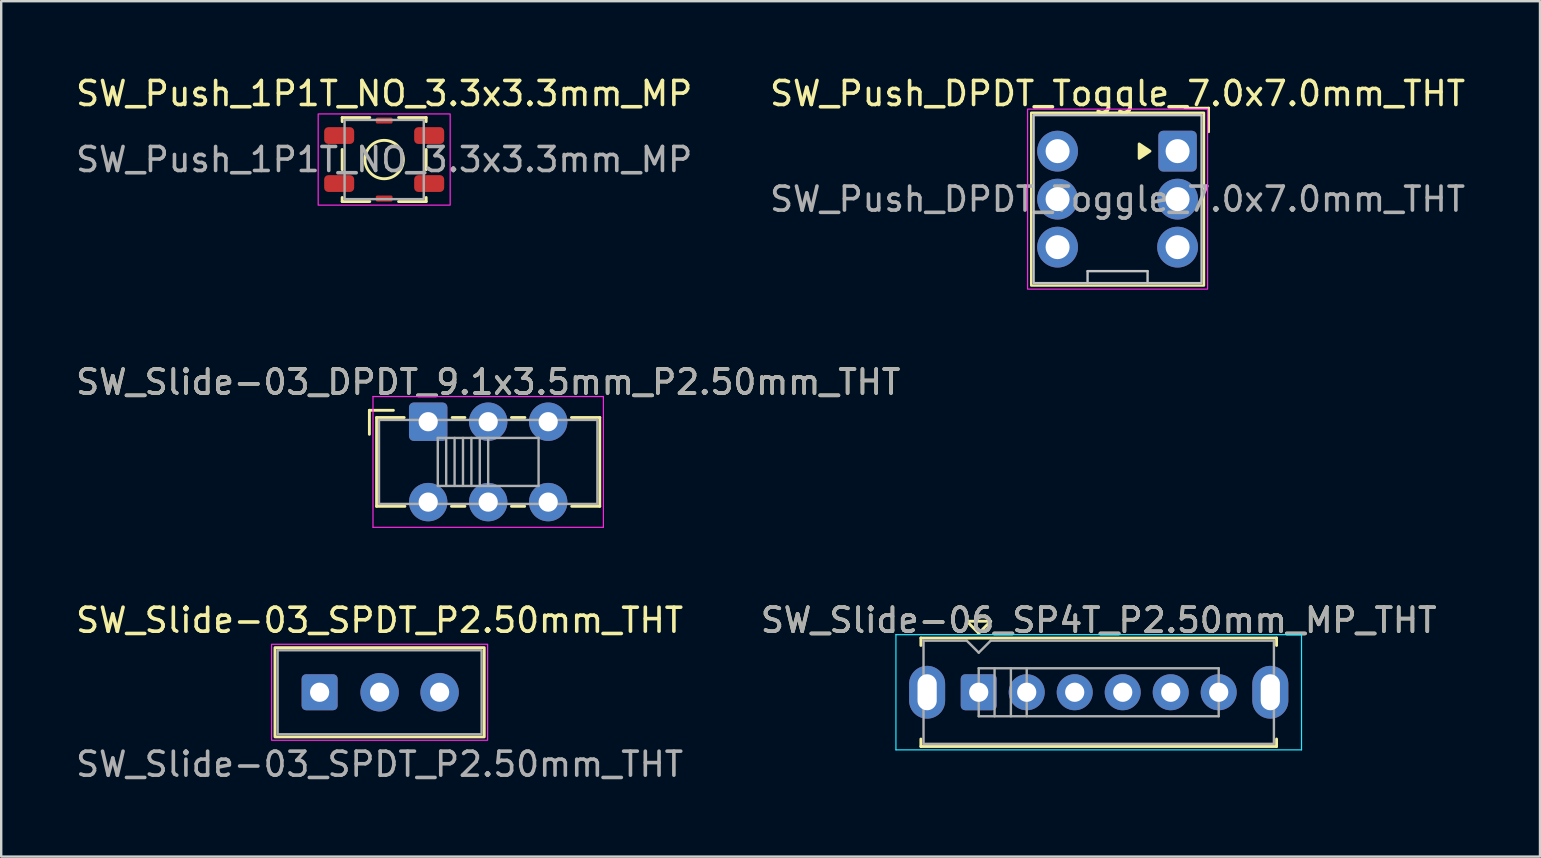
<source format=kicad_pcb>
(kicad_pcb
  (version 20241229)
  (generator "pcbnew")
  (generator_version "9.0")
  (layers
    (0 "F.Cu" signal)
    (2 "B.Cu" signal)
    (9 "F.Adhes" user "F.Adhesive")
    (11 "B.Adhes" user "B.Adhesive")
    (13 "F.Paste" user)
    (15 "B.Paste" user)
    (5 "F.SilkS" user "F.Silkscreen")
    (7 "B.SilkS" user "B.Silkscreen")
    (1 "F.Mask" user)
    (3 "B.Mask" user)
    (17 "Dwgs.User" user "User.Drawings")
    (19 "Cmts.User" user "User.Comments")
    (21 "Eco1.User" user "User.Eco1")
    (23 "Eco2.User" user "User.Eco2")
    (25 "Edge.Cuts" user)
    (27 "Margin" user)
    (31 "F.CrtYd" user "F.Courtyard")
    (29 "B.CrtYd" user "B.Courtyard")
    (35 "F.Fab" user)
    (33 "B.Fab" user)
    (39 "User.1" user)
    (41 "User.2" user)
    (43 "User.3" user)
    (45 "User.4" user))
  (footprint "SW_Push_DPDT_Toggle_7.0x7.0mm_THT"
    (layer "F.Cu")
    (at 43.518 5.248)
    (property "Reference" "SW_Push_DPDT_Toggle_7.0x7.0mm_THT" (at 0 -4.4 0) (layer "F.SilkS") (effects (font (size 1 1) (thickness 0.15))))
    (attr through_hole)
    (fp_line (start 3.8 -3.8) (end 2.8 -3.8) (stroke (width 0.1) (type default)) (layer "F.SilkS"))
    (fp_line (start 3.8 -2.8) (end 3.8 -3.8) (stroke (width 0.1) (type default)) (layer "F.SilkS"))
    (fp_rect (start -3.6 -3.6) (end 3.6 3.6) (stroke (width 0.1) (type default)) (fill no) (layer "F.SilkS"))
    (fp_poly (pts (xy 0.9 -1.7) (xy 0.9 -2.3) (xy 1.35 -2)) (stroke (width 0.12) (type solid)) (fill yes) (layer "F.SilkS"))
    (fp_line (start -1.25 3) (end -1.25 3.5) (stroke (width 0.1) (type default)) (layer "Dwgs.User"))
    (fp_line (start 1.25 3) (end -1.25 3) (stroke (width 0.1) (type default)) (layer "Dwgs.User"))
    (fp_line (start 1.25 3) (end 1.25 3.5) (stroke (width 0.1) (type default)) (layer "Dwgs.User"))
    (fp_rect (start -3.5 -3.5) (end 3.5 3.5) (stroke (width 0.1) (type default)) (fill no) (layer "Dwgs.User"))
    (fp_rect (start -3.75 -3.75) (end 3.75 3.75) (stroke (width 0.05) (type default)) (fill no) (layer "F.CrtYd"))
    (fp_circle (center 3.5 -3.5) (end 3.53 -3.5) (stroke (width 0.06) (type solid)) (fill no) (layer "F.Fab"))
    (fp_text user "${REFERENCE}" (at 0 0 0) (layer "F.Fab") (effects (font (size 1 1) (thickness 0.15))))
    (pad "1" thru_hole roundrect (at 2.5 -2 90) (size 1.7 1.6) (drill 1) (layers "*.Cu" "*.Mask") (roundrect_rratio 0.125))
    (pad "2" thru_hole circle (at 2.5 0 90) (size 1.7 1.7) (drill 1) (layers "*.Cu" "*.Mask"))
    (pad "3" thru_hole circle (at 2.5 2 90) (size 1.7 1.7) (drill 1) (layers "*.Cu" "*.Mask"))
    (pad "4" thru_hole circle (at -2.5 -2 90) (size 1.7 1.7) (drill 1) (layers "*.Cu" "*.Mask"))
    (pad "5" thru_hole circle (at -2.5 0 90) (size 1.7 1.7) (drill 1) (layers "*.Cu" "*.Mask"))
    (pad "6" thru_hole circle (at -2.5 2 90) (size 1.7 1.7) (drill 1) (layers "*.Cu" "*.Mask")))
  (footprint "SW_Slide-03_SPDT_P2.50mm_THT"
    (layer "F.Cu")
    (at 12.768 25.795)
    (property "Reference" "SW_Slide-03_SPDT_P2.50mm_THT" (at 0 -3 0) (layer "F.SilkS") (effects (font (size 1 1) (thickness 0.15))))
    (attr through_hole)
    (fp_rect (start -4.36 -1.86) (end 4.36 1.86) (stroke (width 0.12) (type default)) (fill no) (layer "F.SilkS"))
    (fp_rect (start -4.5 -2) (end 4.5 2) (stroke (width 0.05) (type default)) (fill no) (layer "F.CrtYd"))
    (fp_rect (start -4.25 -1.75) (end 4.25 1.75) (stroke (width 0.1) (type default)) (fill no) (layer "F.Fab"))
    (fp_text user "${REFERENCE}" (at 0 3 0) (layer "F.Fab") (effects (font (size 1 1) (thickness 0.15))))
    (pad "1" thru_hole roundrect (at -2.5 0) (size 1.5 1.5) (drill 0.8) (layers "*.Cu" "*.Mask") (roundrect_rratio 0.125))
    (pad "2" thru_hole circle (at 0 0) (size 1.6 1.6) (drill 0.8) (layers "*.Cu" "*.Mask"))
    (pad "3" thru_hole circle (at 2.5 0) (size 1.6 1.6) (drill 0.8) (layers "*.Cu" "*.Mask")))
  (footprint "SW_Push_1P1T_NO_3.3x3.3mm_MP"
    (layer "F.Cu")
    (at 12.958 3.598)
    (property "Reference" "SW_Push_1P1T_NO_3.3x3.3mm_MP" (at 0 -2.75 0) (layer "F.SilkS") (effects (font (size 1 1) (thickness 0.15))))
    (attr smd)
    (fp_line (start -1.75 -1.75) (end -1.75 -1.58) (stroke (width 0.12) (type solid)) (layer "F.SilkS"))
    (fp_line (start -1.75 -0.42) (end -1.75 0.42) (stroke (width 0.12) (type solid)) (layer "F.SilkS"))
    (fp_line (start -1.75 1.58) (end -1.75 1.75) (stroke (width 0.12) (type solid)) (layer "F.SilkS"))
    (fp_line (start -0.6 -1.75) (end -1.75 -1.75) (stroke (width 0.12) (type solid)) (layer "F.SilkS"))
    (fp_line (start -0.6 1.75) (end -1.75 1.75) (stroke (width 0.12) (type solid)) (layer "F.SilkS"))
    (fp_line (start 1.75 -1.75) (end 0.6 -1.75) (stroke (width 0.12) (type solid)) (layer "F.SilkS"))
    (fp_line (start 1.75 -1.58) (end 1.75 -1.75) (stroke (width 0.12) (type solid)) (layer "F.SilkS"))
    (fp_line (start 1.75 0.42) (end 1.75 -0.42) (stroke (width 0.12) (type solid)) (layer "F.SilkS"))
    (fp_line (start 1.75 1.75) (end 0.6 1.75) (stroke (width 0.12) (type solid)) (layer "F.SilkS"))
    (fp_line (start 1.75 1.75) (end 1.75 1.58) (stroke (width 0.12) (type solid)) (layer "F.SilkS"))
    (fp_circle (center 0 0) (end 0.8 0) (stroke (width 0.12) (type solid)) (fill no) (layer "F.SilkS"))
    (fp_rect (start -2.75 -1.9) (end 2.75 1.9) (stroke (width 0.05) (type default)) (fill no) (layer "F.CrtYd"))
    (fp_rect (start -1.65 -1.65) (end 1.65 1.65) (stroke (width 0.1) (type default)) (fill no) (layer "F.Fab"))
    (fp_text user "${REFERENCE}" (at 0 0 0) (layer "F.Fab") (effects (font (size 1 1) (thickness 0.15))))
    (pad "1" smd roundrect (at -1.875 -1) (size 1.25 0.7) (layers "F.Cu" "F.Mask" "F.Paste") (roundrect_rratio 0.25))
    (pad "1" smd roundrect (at 1.875 -1) (size 1.25 0.7) (layers "F.Cu" "F.Mask" "F.Paste") (roundrect_rratio 0.25))
    (pad "2" smd roundrect (at -1.875 1) (size 1.25 0.7) (layers "F.Cu" "F.Mask" "F.Paste") (roundrect_rratio 0.25))
    (pad "2" smd roundrect (at 1.875 1) (size 1.25 0.7) (layers "F.Cu" "F.Mask" "F.Paste") (roundrect_rratio 0.25))
    (pad "MP" smd roundrect (at 0 -1.625) (size 0.7 0.25) (layers "F.Cu" "F.Mask" "F.Paste") (roundrect_rratio 0.25))
    (pad "MP" smd roundrect (at 0 1.625) (size 0.7 0.25) (layers "F.Cu" "F.Mask" "F.Paste") (roundrect_rratio 0.25)))
  (footprint "SW_Slide-03_DPDT_9.1x3.5mm_P2.50mm_THT"
    (layer "F.Cu")
    (at 14.792 14.597)
    (property "Reference" "SW_Slide-03_DPDT_9.1x3.5mm_P2.50mm_THT" (at 2.5 -1.725 0) (layer "F.SilkS") (effects (font (size 1 1) (thickness 0.15))))
    (attr through_hole)
    (fp_line (start -2.45 -0.55) (end -1.45 -0.55) (stroke (width 0.12) (type solid)) (layer "F.SilkS"))
    (fp_line (start -2.45 0.45) (end -2.45 -0.55) (stroke (width 0.12) (type solid)) (layer "F.SilkS"))
    (fp_line (start -2.15 -0.25) (end -1 -0.25) (stroke (width 0.12) (type solid)) (layer "F.SilkS"))
    (fp_line (start -2.15 3.45) (end -2.15 -0.25) (stroke (width 0.12) (type solid)) (layer "F.SilkS"))
    (fp_line (start -0.97 3.45) (end -2.15 3.45) (stroke (width 0.12) (type solid)) (layer "F.SilkS"))
    (fp_line (start 1 -0.25) (end 1.53 -0.25) (stroke (width 0.12) (type solid)) (layer "F.SilkS"))
    (fp_line (start 1.53 3.45) (end 0.97 3.45) (stroke (width 0.12) (type solid)) (layer "F.SilkS"))
    (fp_line (start 3.47 -0.25) (end 4.03 -0.25) (stroke (width 0.12) (type solid)) (layer "F.SilkS"))
    (fp_line (start 4.02 3.45) (end 3.47 3.45) (stroke (width 0.12) (type solid)) (layer "F.SilkS"))
    (fp_line (start 5.97 -0.25) (end 7.15 -0.25) (stroke (width 0.12) (type solid)) (layer "F.SilkS"))
    (fp_line (start 7.15 -0.25) (end 7.15 3.45) (stroke (width 0.12) (type solid)) (layer "F.SilkS"))
    (fp_line (start 7.15 3.45) (end 5.98 3.45) (stroke (width 0.12) (type solid)) (layer "F.SilkS"))
    (fp_line (start -2.3 -1.125) (end 7.3 -1.125) (stroke (width 0.05) (type solid)) (layer "F.CrtYd"))
    (fp_line (start -2.3 4.325) (end -2.3 -1.125) (stroke (width 0.05) (type solid)) (layer "F.CrtYd"))
    (fp_line (start 7.3 -1.125) (end 7.3 4.325) (stroke (width 0.05) (type solid)) (layer "F.CrtYd"))
    (fp_line (start 7.3 4.325) (end -2.3 4.325) (stroke (width 0.05) (type solid)) (layer "F.CrtYd"))
    (fp_line (start -2.05 -0.15) (end -2.05 3.35) (stroke (width 0.1) (type solid)) (layer "F.Fab"))
    (fp_line (start -2.05 -0.15) (end 7.05 -0.15) (stroke (width 0.1) (type solid)) (layer "F.Fab"))
    (fp_line (start 0.4 0.6) (end 0.4 2.6) (stroke (width 0.1) (type solid)) (layer "F.Fab"))
    (fp_line (start 0.4 0.6) (end 4.6 0.6) (stroke (width 0.1) (type solid)) (layer "F.Fab"))
    (fp_line (start 0.75 0.6) (end 0.75 2.6) (stroke (width 0.1) (type solid)) (layer "F.Fab"))
    (fp_line (start 1.1 0.6) (end 1.1 2.6) (stroke (width 0.1) (type solid)) (layer "F.Fab"))
    (fp_line (start 1.45 0.6) (end 1.45 2.6) (stroke (width 0.1) (type solid)) (layer "F.Fab"))
    (fp_line (start 1.8 0.6) (end 1.8 2.6) (stroke (width 0.1) (type solid)) (layer "F.Fab"))
    (fp_line (start 2.15 0.6) (end 2.15 2.6) (stroke (width 0.1) (type solid)) (layer "F.Fab"))
    (fp_line (start 2.5 0.6) (end 2.5 2.6) (stroke (width 0.1) (type solid)) (layer "F.Fab"))
    (fp_line (start 4.6 0.6) (end 4.6 2.6) (stroke (width 0.1) (type solid)) (layer "F.Fab"))
    (fp_line (start 4.6 2.6) (end 0.4 2.6) (stroke (width 0.1) (type solid)) (layer "F.Fab"))
    (fp_line (start 7.05 -0.15) (end 7.05 3.35) (stroke (width 0.1) (type solid)) (layer "F.Fab"))
    (fp_line (start 7.05 3.35) (end -2.05 3.35) (stroke (width 0.1) (type solid)) (layer "F.Fab"))
    (fp_text user "${REFERENCE}" (at 2.5 -1.725 0) (layer "F.Fab") (effects (font (size 1 1) (thickness 0.15))))
    (pad "1" thru_hole roundrect (at 0 -0.075) (size 1.6 1.6) (drill 0.8) (layers "*.Cu" "*.Mask") (roundrect_rratio 0.125))
    (pad "2" thru_hole circle (at 2.5 -0.075) (size 1.6 1.6) (drill 0.8) (layers "*.Cu" "*.Mask"))
    (pad "3" thru_hole circle (at 5 -0.075) (size 1.6 1.6) (drill 0.8) (layers "*.Cu" "*.Mask"))
    (pad "4" thru_hole circle (at 0 3.275) (size 1.6 1.6) (drill 0.8) (layers "*.Cu" "*.Mask"))
    (pad "5" thru_hole circle (at 2.5 3.275) (size 1.6 1.6) (drill 0.8) (layers "*.Cu" "*.Mask"))
    (pad "6" thru_hole circle (at 5 3.275) (size 1.6 1.6) (drill 0.8) (layers "*.Cu" "*.Mask")))
  (footprint "SW_Slide-06_SP4T_P2.50mm_MP_THT"
    (layer "F.Cu")
    (at 37.732 25.795)
    (property "Reference" "SW_Slide-06_SP4T_P2.50mm_MP_THT" (at 5 -3 0) (layer "F.SilkS") (effects (font (size 1 1) (thickness 0.15))))
    (attr through_hole)
    (fp_line (start -2.41 -2.26) (end 12.41 -2.26) (stroke (width 0.12) (type solid)) (layer "F.SilkS"))
    (fp_line (start -2.41 -1.95) (end -2.41 -2.26) (stroke (width 0.12) (type solid)) (layer "F.SilkS"))
    (fp_line (start -2.41 2.26) (end -2.41 1.95) (stroke (width 0.12) (type solid)) (layer "F.SilkS"))
    (fp_line (start -0.5 -2.96) (end 0 -2.46) (stroke (width 0.12) (type solid)) (layer "F.SilkS"))
    (fp_line (start 0 -2.46) (end 0.5 -2.96) (stroke (width 0.12) (type solid)) (layer "F.SilkS"))
    (fp_line (start 0.5 -2.96) (end -0.5 -2.96) (stroke (width 0.12) (type solid)) (layer "F.SilkS"))
    (fp_line (start 12.41 -2.26) (end 12.41 -1.95) (stroke (width 0.12) (type solid)) (layer "F.SilkS"))
    (fp_line (start 12.41 2.26) (end -2.41 2.26) (stroke (width 0.12) (type solid)) (layer "F.SilkS"))
    (fp_line (start 12.41 2.26) (end 12.41 1.95) (stroke (width 0.12) (type solid)) (layer "F.SilkS"))
    (fp_line (start -3.45 -2.4) (end 13.45 -2.4) (stroke (width 0.05) (type solid)) (layer "B.CrtYd"))
    (fp_line (start -3.45 2.4) (end -3.45 -2.4) (stroke (width 0.05) (type solid)) (layer "B.CrtYd"))
    (fp_line (start 13.45 -2.4) (end 13.45 2.4) (stroke (width 0.05) (type solid)) (layer "B.CrtYd"))
    (fp_line (start 13.45 2.4) (end -3.45 2.4) (stroke (width 0.05) (type solid)) (layer "B.CrtYd"))
    (fp_line (start -2.3 -2.15) (end -0.5 -2.15) (stroke (width 0.1) (type solid)) (layer "F.Fab"))
    (fp_line (start -2.3 2.15) (end -2.3 -2.15) (stroke (width 0.1) (type solid)) (layer "F.Fab"))
    (fp_line (start -0.5 -2.15) (end 0 -1.65) (stroke (width 0.1) (type solid)) (layer "F.Fab"))
    (fp_line (start 0 -1.65) (end 0.5 -2.15) (stroke (width 0.1) (type solid)) (layer "F.Fab"))
    (fp_line (start 0 -1) (end 0 1) (stroke (width 0.1) (type solid)) (layer "F.Fab"))
    (fp_line (start 0 -1) (end 10 -1) (stroke (width 0.1) (type solid)) (layer "F.Fab"))
    (fp_line (start 0 1) (end 10 1) (stroke (width 0.1) (type solid)) (layer "F.Fab"))
    (fp_line (start 0.5 -2.15) (end 12.3 -2.15) (stroke (width 0.1) (type solid)) (layer "F.Fab"))
    (fp_line (start 0.66 -1) (end 0.66 1) (stroke (width 0.1) (type solid)) (layer "F.Fab"))
    (fp_line (start 1.34 -1) (end 1.34 1) (stroke (width 0.1) (type solid)) (layer "F.Fab"))
    (fp_line (start 2 -1) (end 2 1) (stroke (width 0.1) (type solid)) (layer "F.Fab"))
    (fp_line (start 10 -1) (end 10 1) (stroke (width 0.1) (type solid)) (layer "F.Fab"))
    (fp_line (start 12.3 -2.15) (end 12.3 2.15) (stroke (width 0.1) (type solid)) (layer "F.Fab"))
    (fp_line (start 12.3 2.15) (end -2.3 2.15) (stroke (width 0.1) (type solid)) (layer "F.Fab"))
    (fp_text user "${REFERENCE}" (at 5 -3 0) (layer "F.Fab") (effects (font (size 1 1) (thickness 0.15))))
    (pad "1" thru_hole roundrect (at 0 0) (size 1.5 1.5) (drill 0.8) (layers "*.Cu" "*.Mask") (roundrect_rratio 0.125))
    (pad "2" thru_hole oval (at 2 0) (size 1.5 1.5) (drill 0.8) (layers "*.Cu" "*.Mask"))
    (pad "3" thru_hole oval (at 4 0) (size 1.5 1.5) (drill 0.8) (layers "*.Cu" "*.Mask"))
    (pad "4" thru_hole oval (at 6 0) (size 1.5 1.5) (drill 0.8) (layers "*.Cu" "*.Mask"))
    (pad "5" thru_hole oval (at 8 0) (size 1.5 1.5) (drill 0.8) (layers "*.Cu" "*.Mask"))
    (pad "6" thru_hole oval (at 10 0) (size 1.5 1.5) (drill 0.8) (layers "*.Cu" "*.Mask"))
    (pad "MP" thru_hole oval (at -2.15 0) (size 1.5 2.2) (drill oval 0.8 1.5) (layers "*.Cu" "*.Mask"))
    (pad "MP" thru_hole oval (at 12.15 0) (size 1.5 2.2) (drill oval 0.8 1.5) (layers "*.Cu" "*.Mask")))
  (gr_rect
    (start -3 -3)
    (end 61.119 32.643)
    (stroke (width 0.1) (type default))
    (fill no)
    (layer "Edge.Cuts")))
</source>
